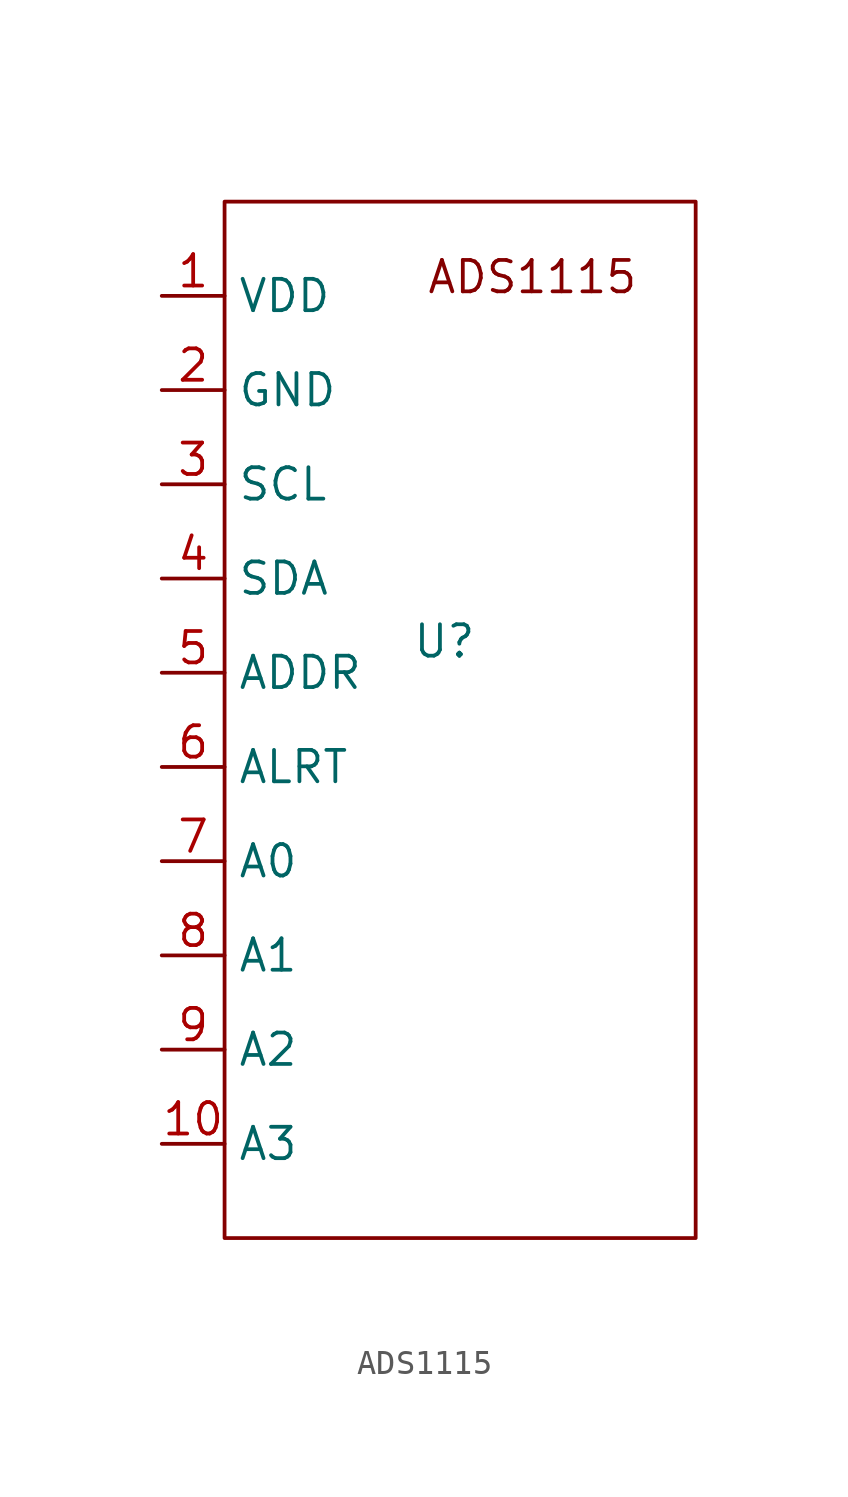
<source format=kicad_sym>
(kicad_symbol_lib
  (version 20241209)
  (generator "kicad_symbol_editor")
  (generator_version "9.0")
  (symbol "ADS1115"
    (property "Reference" "U"
      (at 0 0 0)
      (effects (font (size 1.27 1.27))))
    (property "Value" ""
      (at 0 0 0)
      (effects (font (size 1.27 1.27))))
    (symbol "ADS1115_0_1"
      (rectangle (start -8.89 17.78) (end 10.16 -24.13) (stroke (width 0) (type default)) (fill (type none))))
    (symbol "ADS1115_1_1"
      (text "ADS1115" (at 3.556 14.732 0) (effects (font (size 1.27 1.27))))
      (pin power_in line (at -11.43 13.97 0) (length 2.54) (name "VDD" (effects (font (size 1.27 1.27)))) (number "1" (effects (font (size 1.27 1.27)))))
      (pin power_in line (at -11.43 10.16 0) (length 2.54) (name "GND" (effects (font (size 1.27 1.27)))) (number "2" (effects (font (size 1.27 1.27)))))
      (pin bidirectional line (at -11.43 6.35 0) (length 2.54) (name "SCL" (effects (font (size 1.27 1.27)))) (number "3" (effects (font (size 1.27 1.27)))))
      (pin bidirectional line (at -11.43 2.54 0) (length 2.54) (name "SDA" (effects (font (size 1.27 1.27)))) (number "4" (effects (font (size 1.27 1.27)))))
      (pin bidirectional line (at -11.43 -1.27 0) (length 2.54) (name "ADDR" (effects (font (size 1.27 1.27)))) (number "5" (effects (font (size 1.27 1.27)))))
      (pin bidirectional line (at -11.43 -5.08 0) (length 2.54) (name "ALRT" (effects (font (size 1.27 1.27)))) (number "6" (effects (font (size 1.27 1.27)))))
      (pin input line (at -11.43 -8.89 0) (length 2.54) (name "A0" (effects (font (size 1.27 1.27)))) (number "7" (effects (font (size 1.27 1.27)))))
      (pin input line (at -11.43 -12.7 0) (length 2.54) (name "A1" (effects (font (size 1.27 1.27)))) (number "8" (effects (font (size 1.27 1.27)))))
      (pin input line (at -11.43 -16.51 0) (length 2.54) (name "A2" (effects (font (size 1.27 1.27)))) (number "9" (effects (font (size 1.27 1.27)))))
      (pin input line (at -11.43 -20.32 0) (length 2.54) (name "A3" (effects (font (size 1.27 1.27)))) (number "10" (effects (font (size 1.27 1.27))))))))
</source>
